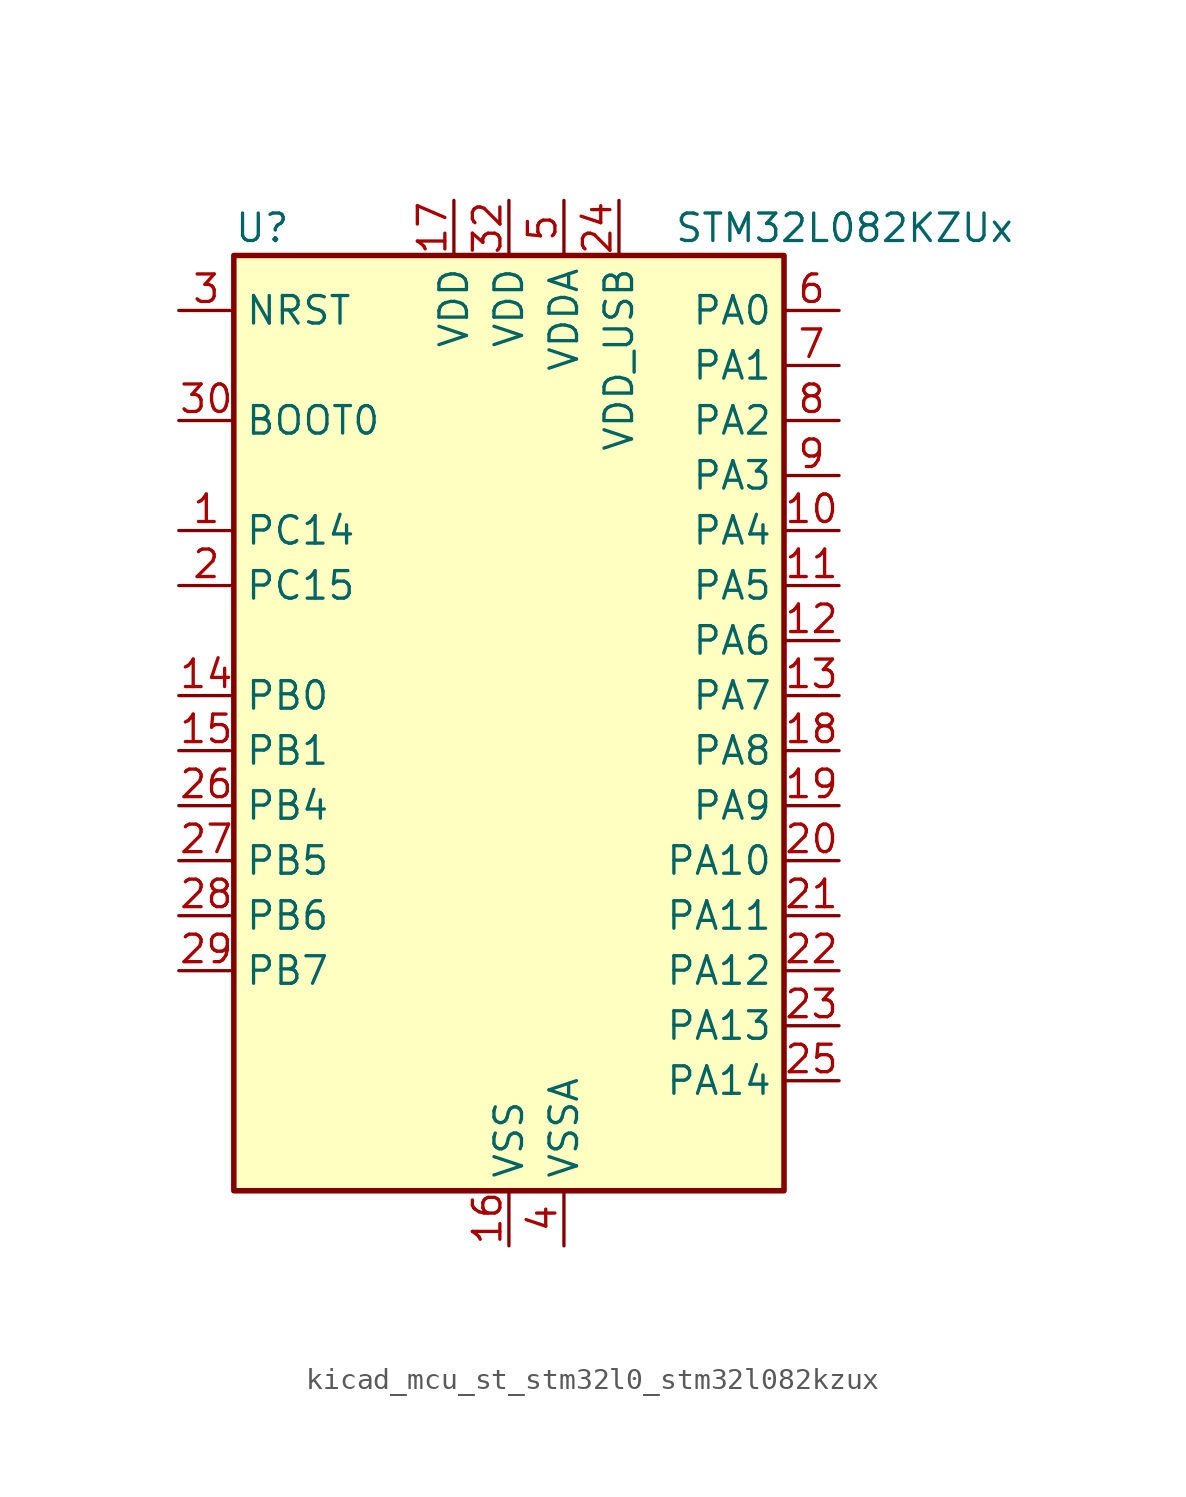
<source format=kicad_sym>
(kicad_symbol_lib
  (version 20220914)
  (generator kicad_symbol_editor)
  (symbol "kicad_mcu_st_stm32l0_stm32l082kzux"
    (property "Reference" "U"
      (at -12.7 24.13 0)
      (effects (font (size 1.27 1.27)) (justify left)))
    (property "Value" "STM32L082KZUx"
      (at 7.62 24.13 0)
      (effects (font (size 1.27 1.27)) (justify left)))
    (property "ki_locked" ""
      (at 0 0 0)
      (effects (font (size 1.27 1.27))))
    (symbol "kicad_mcu_st_stm32l0_stm32l082kzux_0_1"
      (rectangle (start -12.7 -20.32) (end 12.7 22.86) (stroke (width 0.254) (type default)) (fill (type background))))
    (symbol "kicad_mcu_st_stm32l0_stm32l082kzux_1_1"
      (pin bidirectional line (at -15.24 10.16 0) (length 2.54) (name "PC14" (effects (font (size 1.27 1.27)))) (number "1" (effects (font (size 1.27 1.27)))) (alternate "RCC_OSC32_IN" bidirectional line))
      (pin bidirectional line (at 15.24 10.16 180) (length 2.54) (name "PA4" (effects (font (size 1.27 1.27)))) (number "10" (effects (font (size 1.27 1.27)))) (alternate "ADC_IN4" bidirectional line) (alternate "COMP1_INM" bidirectional line) (alternate "COMP2_INM" bidirectional line) (alternate "DAC_OUT1" bidirectional line) (alternate "SPI1_NSS" bidirectional line) (alternate "TIM22_ETR" bidirectional line) (alternate "TSC_G2_IO1" bidirectional line) (alternate "USART2_CK" bidirectional line))
      (pin bidirectional line (at 15.24 7.62 180) (length 2.54) (name "PA5" (effects (font (size 1.27 1.27)))) (number "11" (effects (font (size 1.27 1.27)))) (alternate "ADC_IN5" bidirectional line) (alternate "COMP1_INM" bidirectional line) (alternate "COMP2_INM" bidirectional line) (alternate "DAC_OUT2" bidirectional line) (alternate "SPI1_SCK" bidirectional line) (alternate "TIM2_CH1" bidirectional line) (alternate "TIM2_ETR" bidirectional line) (alternate "TSC_G2_IO2" bidirectional line))
      (pin bidirectional line (at 15.24 5.08 180) (length 2.54) (name "PA6" (effects (font (size 1.27 1.27)))) (number "12" (effects (font (size 1.27 1.27)))) (alternate "ADC_IN6" bidirectional line) (alternate "COMP1_OUT" bidirectional line) (alternate "LPUART1_CTS" bidirectional line) (alternate "SPI1_MISO" bidirectional line) (alternate "TIM22_CH1" bidirectional line) (alternate "TIM3_CH1" bidirectional line) (alternate "TSC_G2_IO3" bidirectional line))
      (pin bidirectional line (at 15.24 2.54 180) (length 2.54) (name "PA7" (effects (font (size 1.27 1.27)))) (number "13" (effects (font (size 1.27 1.27)))) (alternate "ADC_IN7" bidirectional line) (alternate "COMP2_OUT" bidirectional line) (alternate "SPI1_MOSI" bidirectional line) (alternate "TIM22_CH2" bidirectional line) (alternate "TIM3_CH2" bidirectional line) (alternate "TSC_G2_IO4" bidirectional line))
      (pin bidirectional line (at -15.24 2.54 0) (length 2.54) (name "PB0" (effects (font (size 1.27 1.27)))) (number "14" (effects (font (size 1.27 1.27)))) (alternate "ADC_IN8" bidirectional line) (alternate "SYS_VREF_OUT_PB0" bidirectional line) (alternate "TIM3_CH3" bidirectional line) (alternate "TSC_G3_IO2" bidirectional line))
      (pin bidirectional line (at -15.24 0 0) (length 2.54) (name "PB1" (effects (font (size 1.27 1.27)))) (number "15" (effects (font (size 1.27 1.27)))) (alternate "ADC_IN9" bidirectional line) (alternate "LPUART1_DE" bidirectional line) (alternate "LPUART1_RTS" bidirectional line) (alternate "SYS_VREF_OUT_PB1" bidirectional line) (alternate "TIM3_CH4" bidirectional line) (alternate "TSC_G3_IO3" bidirectional line))
      (pin power_in line (at 0 -22.86 90) (length 2.54) (name "VSS" (effects (font (size 1.27 1.27)))) (number "16" (effects (font (size 1.27 1.27)))))
      (pin power_in line (at -2.54 25.4 270) (length 2.54) (name "VDD" (effects (font (size 1.27 1.27)))) (number "17" (effects (font (size 1.27 1.27)))))
      (pin bidirectional line (at 15.24 0 180) (length 2.54) (name "PA8" (effects (font (size 1.27 1.27)))) (number "18" (effects (font (size 1.27 1.27)))) (alternate "CRS_SYNC" bidirectional line) (alternate "I2C3_SCL" bidirectional line) (alternate "RCC_MCO" bidirectional line) (alternate "USART1_CK" bidirectional line))
      (pin bidirectional line (at 15.24 -2.54 180) (length 2.54) (name "PA9" (effects (font (size 1.27 1.27)))) (number "19" (effects (font (size 1.27 1.27)))) (alternate "DAC_EXTI9" bidirectional line) (alternate "I2C1_SCL" bidirectional line) (alternate "I2C3_SMBA" bidirectional line) (alternate "RCC_MCO" bidirectional line) (alternate "TSC_G4_IO1" bidirectional line) (alternate "USART1_TX" bidirectional line))
      (pin bidirectional line (at -15.24 7.62 0) (length 2.54) (name "PC15" (effects (font (size 1.27 1.27)))) (number "2" (effects (font (size 1.27 1.27)))) (alternate "RCC_OSC32_OUT" bidirectional line))
      (pin bidirectional line (at 15.24 -5.08 180) (length 2.54) (name "PA10" (effects (font (size 1.27 1.27)))) (number "20" (effects (font (size 1.27 1.27)))) (alternate "I2C1_SDA" bidirectional line) (alternate "TSC_G4_IO2" bidirectional line) (alternate "USART1_RX" bidirectional line))
      (pin bidirectional line (at 15.24 -7.62 180) (length 2.54) (name "PA11" (effects (font (size 1.27 1.27)))) (number "21" (effects (font (size 1.27 1.27)))) (alternate "ADC_EXTI11" bidirectional line) (alternate "COMP1_OUT" bidirectional line) (alternate "SPI1_MISO" bidirectional line) (alternate "TSC_G4_IO3" bidirectional line) (alternate "USART1_CTS" bidirectional line) (alternate "USB_DM" bidirectional line))
      (pin bidirectional line (at 15.24 -10.16 180) (length 2.54) (name "PA12" (effects (font (size 1.27 1.27)))) (number "22" (effects (font (size 1.27 1.27)))) (alternate "COMP2_OUT" bidirectional line) (alternate "SPI1_MOSI" bidirectional line) (alternate "TSC_G4_IO4" bidirectional line) (alternate "USART1_DE" bidirectional line) (alternate "USART1_RTS" bidirectional line) (alternate "USB_DP" bidirectional line))
      (pin bidirectional line (at 15.24 -12.7 180) (length 2.54) (name "PA13" (effects (font (size 1.27 1.27)))) (number "23" (effects (font (size 1.27 1.27)))) (alternate "LPUART1_RX" bidirectional line) (alternate "SYS_SWDIO" bidirectional line) (alternate "USB_NOE" bidirectional line))
      (pin power_in line (at 5.08 25.4 270) (length 2.54) (name "VDD_USB" (effects (font (size 1.27 1.27)))) (number "24" (effects (font (size 1.27 1.27)))))
      (pin bidirectional line (at 15.24 -15.24 180) (length 2.54) (name "PA14" (effects (font (size 1.27 1.27)))) (number "25" (effects (font (size 1.27 1.27)))) (alternate "LPUART1_TX" bidirectional line) (alternate "SYS_SWCLK" bidirectional line) (alternate "USART2_TX" bidirectional line))
      (pin bidirectional line (at -15.24 -2.54 0) (length 2.54) (name "PB4" (effects (font (size 1.27 1.27)))) (number "26" (effects (font (size 1.27 1.27)))) (alternate "COMP2_INP" bidirectional line) (alternate "I2C3_SDA" bidirectional line) (alternate "SPI1_MISO" bidirectional line) (alternate "TIM22_CH1" bidirectional line) (alternate "TIM3_CH1" bidirectional line) (alternate "TSC_G5_IO2" bidirectional line) (alternate "USART1_CTS" bidirectional line))
      (pin bidirectional line (at -15.24 -5.08 0) (length 2.54) (name "PB5" (effects (font (size 1.27 1.27)))) (number "27" (effects (font (size 1.27 1.27)))) (alternate "COMP2_INP" bidirectional line) (alternate "I2C1_SMBA" bidirectional line) (alternate "LPTIM1_IN1" bidirectional line) (alternate "SPI1_MOSI" bidirectional line) (alternate "TIM22_CH2" bidirectional line) (alternate "TIM3_CH2" bidirectional line) (alternate "USART1_CK" bidirectional line))
      (pin bidirectional line (at -15.24 -7.62 0) (length 2.54) (name "PB6" (effects (font (size 1.27 1.27)))) (number "28" (effects (font (size 1.27 1.27)))) (alternate "COMP2_INP" bidirectional line) (alternate "I2C1_SCL" bidirectional line) (alternate "LPTIM1_ETR" bidirectional line) (alternate "TSC_G5_IO3" bidirectional line) (alternate "USART1_TX" bidirectional line))
      (pin bidirectional line (at -15.24 -10.16 0) (length 2.54) (name "PB7" (effects (font (size 1.27 1.27)))) (number "29" (effects (font (size 1.27 1.27)))) (alternate "COMP2_INP" bidirectional line) (alternate "I2C1_SDA" bidirectional line) (alternate "LPTIM1_IN2" bidirectional line) (alternate "SYS_PVD_IN" bidirectional line) (alternate "TSC_G5_IO4" bidirectional line) (alternate "USART1_RX" bidirectional line) (alternate "USART4_CTS" bidirectional line))
      (pin input line (at -15.24 20.32 0) (length 2.54) (name "NRST" (effects (font (size 1.27 1.27)))) (number "3" (effects (font (size 1.27 1.27)))))
      (pin input line (at -15.24 15.24 0) (length 2.54) (name "BOOT0" (effects (font (size 1.27 1.27)))) (number "30" (effects (font (size 1.27 1.27)))))
      (pin passive line (at 0 -22.86 90) (length 2.54) hide (name "VSS" (effects (font (size 1.27 1.27)))) (number "31" (effects (font (size 1.27 1.27)))))
      (pin power_in line (at 0 25.4 270) (length 2.54) (name "VDD" (effects (font (size 1.27 1.27)))) (number "32" (effects (font (size 1.27 1.27)))))
      (pin passive line (at 0 -22.86 90) (length 2.54) hide (name "VSS" (effects (font (size 1.27 1.27)))) (number "33" (effects (font (size 1.27 1.27)))))
      (pin power_in line (at 2.54 -22.86 90) (length 2.54) (name "VSSA" (effects (font (size 1.27 1.27)))) (number "4" (effects (font (size 1.27 1.27)))))
      (pin power_in line (at 2.54 25.4 270) (length 2.54) (name "VDDA" (effects (font (size 1.27 1.27)))) (number "5" (effects (font (size 1.27 1.27)))))
      (pin bidirectional line (at 15.24 20.32 180) (length 2.54) (name "PA0" (effects (font (size 1.27 1.27)))) (number "6" (effects (font (size 1.27 1.27)))) (alternate "ADC_IN0" bidirectional line) (alternate "COMP1_INM" bidirectional line) (alternate "COMP1_OUT" bidirectional line) (alternate "RTC_TAMP2" bidirectional line) (alternate "SYS_WKUP1" bidirectional line) (alternate "TIM2_CH1" bidirectional line) (alternate "TIM2_ETR" bidirectional line) (alternate "TSC_G1_IO1" bidirectional line) (alternate "USART2_CTS" bidirectional line) (alternate "USART4_TX" bidirectional line))
      (pin bidirectional line (at 15.24 17.78 180) (length 2.54) (name "PA1" (effects (font (size 1.27 1.27)))) (number "7" (effects (font (size 1.27 1.27)))) (alternate "ADC_IN1" bidirectional line) (alternate "COMP1_INP" bidirectional line) (alternate "TIM21_ETR" bidirectional line) (alternate "TIM2_CH2" bidirectional line) (alternate "TSC_G1_IO2" bidirectional line) (alternate "USART2_DE" bidirectional line) (alternate "USART2_RTS" bidirectional line) (alternate "USART4_RX" bidirectional line))
      (pin bidirectional line (at 15.24 15.24 180) (length 2.54) (name "PA2" (effects (font (size 1.27 1.27)))) (number "8" (effects (font (size 1.27 1.27)))) (alternate "ADC_IN2" bidirectional line) (alternate "COMP2_INM" bidirectional line) (alternate "COMP2_OUT" bidirectional line) (alternate "LPUART1_TX" bidirectional line) (alternate "TIM21_CH1" bidirectional line) (alternate "TIM2_CH3" bidirectional line) (alternate "TSC_G1_IO3" bidirectional line) (alternate "USART2_TX" bidirectional line))
      (pin bidirectional line (at 15.24 12.7 180) (length 2.54) (name "PA3" (effects (font (size 1.27 1.27)))) (number "9" (effects (font (size 1.27 1.27)))) (alternate "ADC_IN3" bidirectional line) (alternate "COMP2_INP" bidirectional line) (alternate "LPUART1_RX" bidirectional line) (alternate "TIM21_CH2" bidirectional line) (alternate "TIM2_CH4" bidirectional line) (alternate "TSC_G1_IO4" bidirectional line) (alternate "USART2_RX" bidirectional line)))))
</source>
